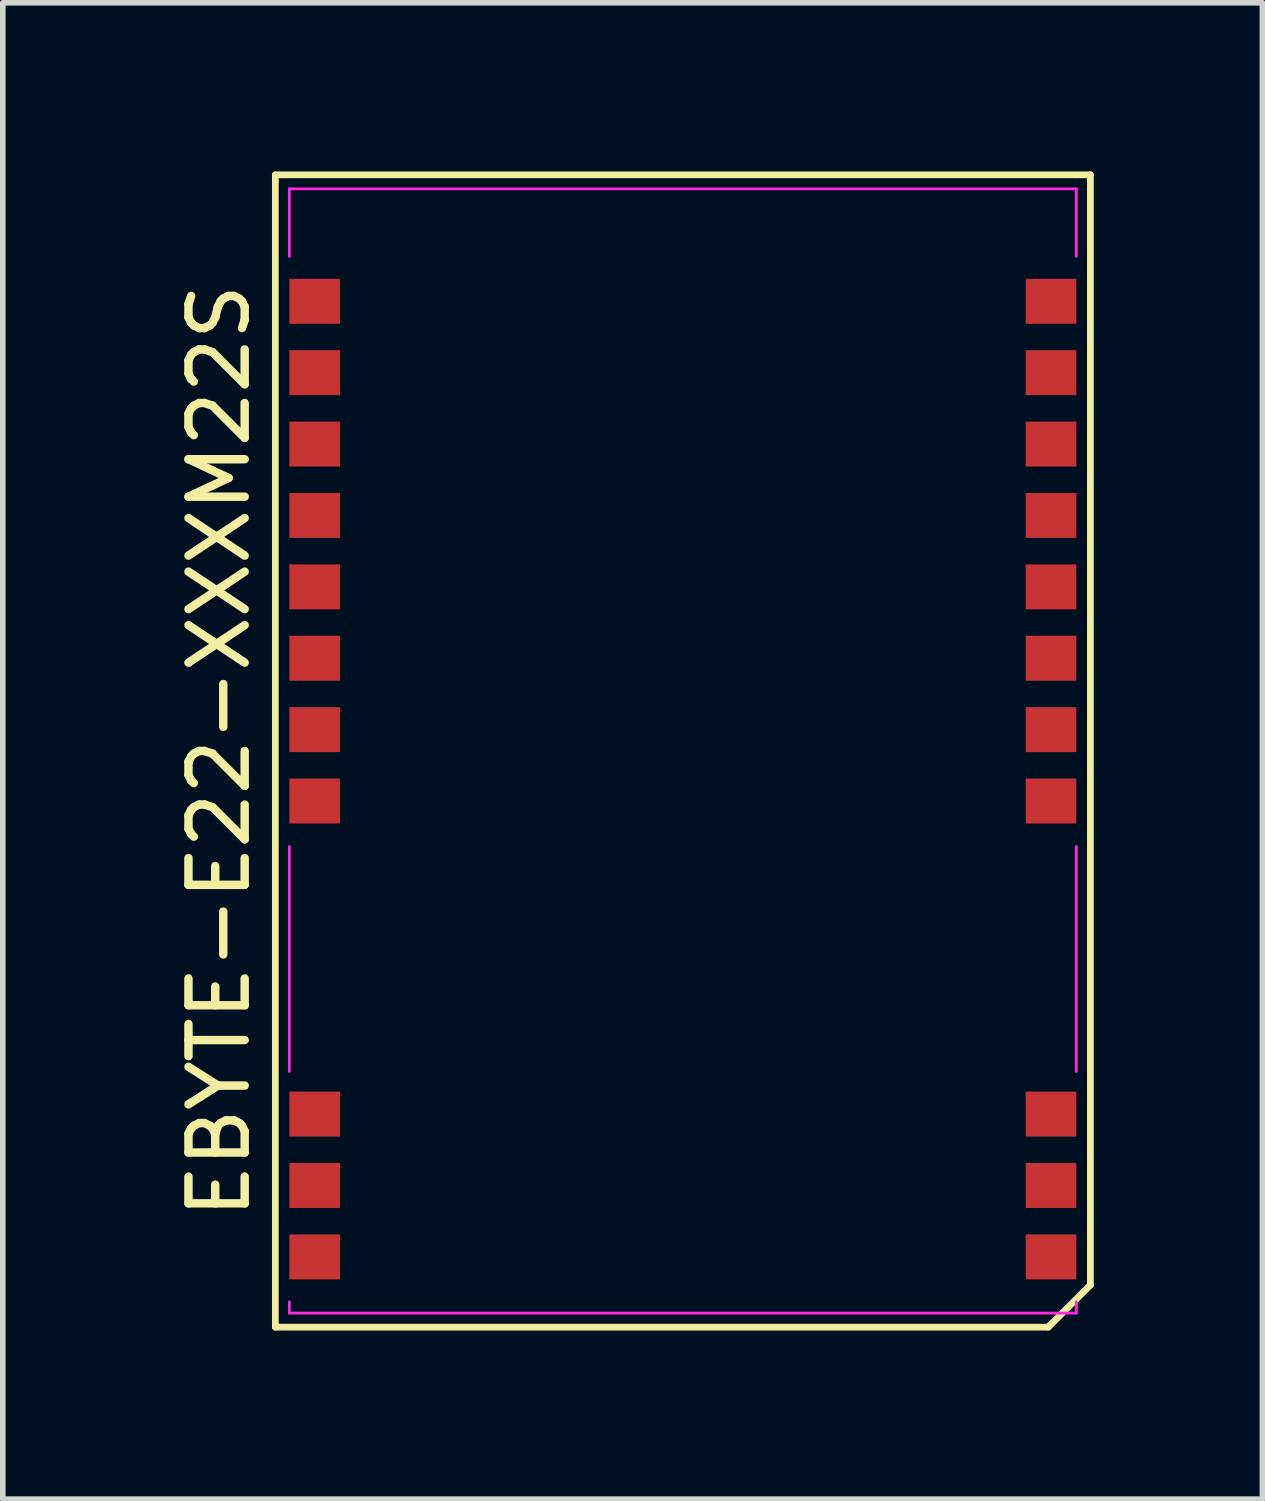
<source format=kicad_pcb>
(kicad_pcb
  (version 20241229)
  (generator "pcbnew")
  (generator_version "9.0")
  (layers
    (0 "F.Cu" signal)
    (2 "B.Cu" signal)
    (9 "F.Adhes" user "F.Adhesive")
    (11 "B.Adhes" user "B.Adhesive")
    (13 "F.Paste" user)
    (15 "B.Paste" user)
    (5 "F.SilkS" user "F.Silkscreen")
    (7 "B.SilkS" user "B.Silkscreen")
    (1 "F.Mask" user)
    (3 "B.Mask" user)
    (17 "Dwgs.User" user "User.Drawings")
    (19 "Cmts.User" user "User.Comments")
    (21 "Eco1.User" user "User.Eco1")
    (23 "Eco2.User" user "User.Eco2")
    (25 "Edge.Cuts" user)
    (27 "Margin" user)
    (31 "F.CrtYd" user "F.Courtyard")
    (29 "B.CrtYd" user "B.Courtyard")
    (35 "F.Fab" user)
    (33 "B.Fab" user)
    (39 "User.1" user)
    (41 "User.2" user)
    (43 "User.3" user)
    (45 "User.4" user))
  (footprint "EBYTE-E22-XXXM22S"
    (layer "F.Cu")
    (at 9.098 10.31)
    (property "Reference" "EBYTE-E22-XXXM22S" (at -8.25 0 90) (layer "F.SilkS") (effects (font (size 1 1) (thickness 0.15))))
    (attr smd)
    (fp_line (start -7.25 -10.25) (end 7.25 -10.25) (stroke (width 0.12) (type solid)) (layer "F.SilkS"))
    (fp_line (start -7.25 10.25) (end -7.25 -10.25) (stroke (width 0.12) (type solid)) (layer "F.SilkS"))
    (fp_line (start 6.5 10.25) (end -7.25 10.25) (stroke (width 0.12) (type solid)) (layer "F.SilkS"))
    (fp_line (start 6.5 10.25) (end 7.25 9.5) (stroke (width 0.12) (type solid)) (layer "F.SilkS"))
    (fp_line (start 7.25 -10.25) (end 7.25 9.5) (stroke (width 0.12) (type solid)) (layer "F.SilkS"))
    (fp_line (start -7 -10) (end 7 -10) (stroke (width 0.05) (type solid)) (layer "F.CrtYd"))
    (fp_line (start -7 -8.8) (end -7 -10) (stroke (width 0.05) (type solid)) (layer "F.CrtYd"))
    (fp_line (start -7 1.7) (end -7 5.7) (stroke (width 0.05) (type solid)) (layer "F.CrtYd"))
    (fp_line (start -7 9.8) (end -7 10) (stroke (width 0.05) (type solid)) (layer "F.CrtYd"))
    (fp_line (start 7 -10) (end 7 -8.8) (stroke (width 0.05) (type solid)) (layer "F.CrtYd"))
    (fp_line (start 7 1.7) (end 7 5.7) (stroke (width 0.05) (type solid)) (layer "F.CrtYd"))
    (fp_line (start 7 9.8) (end 7 10) (stroke (width 0.05) (type solid)) (layer "F.CrtYd"))
    (fp_line (start 7 10) (end -7 10) (stroke (width 0.05) (type solid)) (layer "F.CrtYd"))
    (pad "1" smd rect (at 6.55 9) (size 0.9 0.8) (layers "F.Cu" "F.Mask" "F.Paste"))
    (pad "2" smd rect (at 6.55 7.73) (size 0.9 0.8) (layers "F.Cu" "F.Mask" "F.Paste"))
    (pad "3" smd rect (at 6.55 6.46) (size 0.9 0.8) (layers "F.Cu" "F.Mask" "F.Paste"))
    (pad "4" smd rect (at 6.55 0.89) (size 0.9 0.8) (layers "F.Cu" "F.Mask" "F.Paste"))
    (pad "5" smd rect (at 6.55 -0.38) (size 0.9 0.8) (layers "F.Cu" "F.Mask" "F.Paste"))
    (pad "6" smd rect (at 6.55 -1.65) (size 0.9 0.8) (layers "F.Cu" "F.Mask" "F.Paste"))
    (pad "7" smd rect (at 6.55 -2.92) (size 0.9 0.8) (layers "F.Cu" "F.Mask" "F.Paste"))
    (pad "8" smd rect (at 6.55 -4.19) (size 0.9 0.8) (layers "F.Cu" "F.Mask" "F.Paste"))
    (pad "9" smd rect (at 6.55 -5.46) (size 0.9 0.8) (layers "F.Cu" "F.Mask" "F.Paste"))
    (pad "10" smd rect (at 6.55 -6.73) (size 0.9 0.8) (layers "F.Cu" "F.Mask" "F.Paste"))
    (pad "11" smd rect (at 6.55 -8) (size 0.9 0.8) (layers "F.Cu" "F.Mask" "F.Paste"))
    (pad "12" smd rect (at -6.55 -8) (size 0.9 0.8) (layers "F.Cu" "F.Mask" "F.Paste"))
    (pad "13" smd rect (at -6.55 -6.73) (size 0.9 0.8) (layers "F.Cu" "F.Mask" "F.Paste"))
    (pad "14" smd rect (at -6.55 -5.46) (size 0.9 0.8) (layers "F.Cu" "F.Mask" "F.Paste"))
    (pad "15" smd rect (at -6.55 -4.19) (size 0.9 0.8) (layers "F.Cu" "F.Mask" "F.Paste"))
    (pad "16" smd rect (at -6.55 -2.92) (size 0.9 0.8) (layers "F.Cu" "F.Mask" "F.Paste"))
    (pad "17" smd rect (at -6.55 -1.65) (size 0.9 0.8) (layers "F.Cu" "F.Mask" "F.Paste"))
    (pad "18" smd rect (at -6.55 -0.38) (size 0.9 0.8) (layers "F.Cu" "F.Mask" "F.Paste"))
    (pad "19" smd rect (at -6.55 0.89) (size 0.9 0.8) (layers "F.Cu" "F.Mask" "F.Paste"))
    (pad "20" smd rect (at -6.55 6.46) (size 0.9 0.8) (layers "F.Cu" "F.Mask" "F.Paste"))
    (pad "21" smd rect (at -6.55 7.73) (size 0.9 0.8) (layers "F.Cu" "F.Mask" "F.Paste"))
    (pad "22" smd rect (at -6.55 9) (size 0.9 0.8) (layers "F.Cu" "F.Mask" "F.Paste")))
  (gr_rect
    (start -3 -3)
    (end 19.408 23.62)
    (stroke (width 0.1) (type default))
    (fill no)
    (layer "Edge.Cuts")))
</source>
